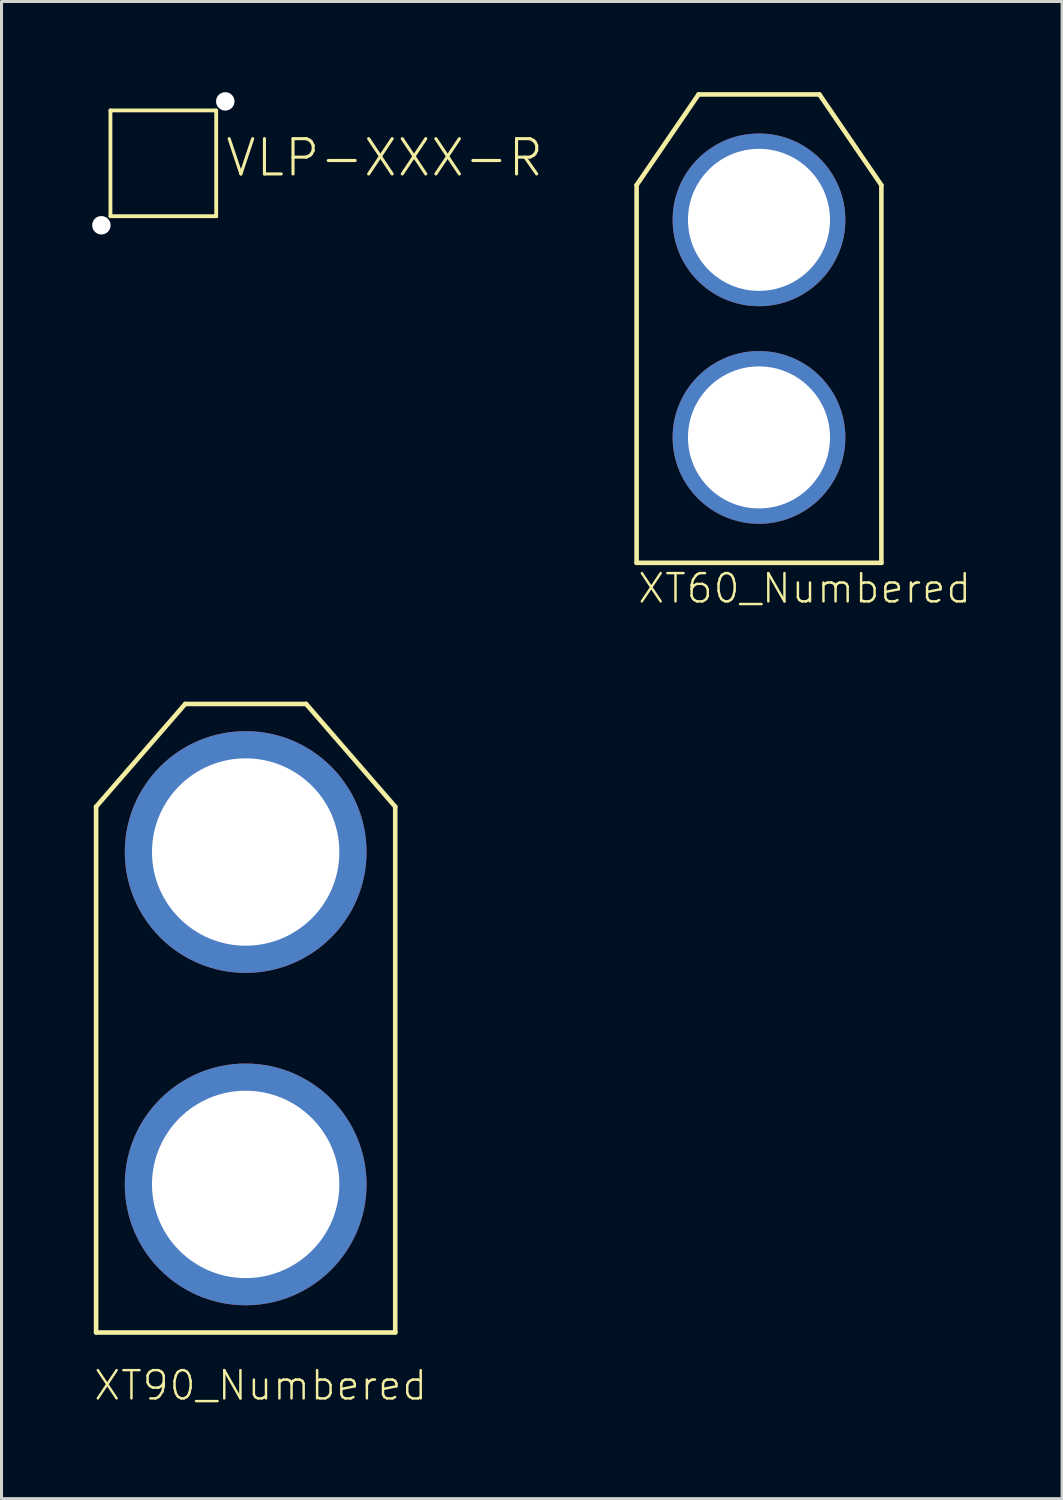
<source format=kicad_pcb>
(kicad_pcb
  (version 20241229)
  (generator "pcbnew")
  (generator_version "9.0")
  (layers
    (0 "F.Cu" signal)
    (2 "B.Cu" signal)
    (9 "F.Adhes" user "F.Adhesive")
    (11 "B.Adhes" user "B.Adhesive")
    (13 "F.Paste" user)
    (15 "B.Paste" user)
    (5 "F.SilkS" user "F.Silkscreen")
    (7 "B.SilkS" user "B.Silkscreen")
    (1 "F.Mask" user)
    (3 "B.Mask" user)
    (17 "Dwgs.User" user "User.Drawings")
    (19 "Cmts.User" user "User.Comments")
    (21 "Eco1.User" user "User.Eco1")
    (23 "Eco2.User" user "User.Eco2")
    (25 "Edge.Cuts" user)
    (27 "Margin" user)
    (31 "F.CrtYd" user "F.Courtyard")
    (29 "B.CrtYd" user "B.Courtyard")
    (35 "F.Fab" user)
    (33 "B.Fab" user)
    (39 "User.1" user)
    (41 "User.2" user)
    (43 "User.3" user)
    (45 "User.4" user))
  (footprint "XT90_Numbered"
    (layer "F.Cu")
    (at 5.08 30.647)
    (property "Reference" "XT90_Numbered" (at -5.08 12.7 0) (unlocked yes) (layer "F.SilkS") (effects (font (size 0.935 0.935) (thickness 0.081)) (justify left bottom)))
    (fp_line (start -4.95 -7) (end -4.95 10.4) (stroke (width 0.152) (type solid)) (layer "F.SilkS"))
    (fp_line (start -4.95 10.4) (end 4.95 10.4) (stroke (width 0.152) (type solid)) (layer "F.SilkS"))
    (fp_line (start -2 -10.4) (end -4.95 -7) (stroke (width 0.152) (type solid)) (layer "F.SilkS"))
    (fp_line (start 2 -10.4) (end -2 -10.4) (stroke (width 0.152) (type solid)) (layer "F.SilkS"))
    (fp_line (start 4.95 -7) (end 2 -10.4) (stroke (width 0.152) (type solid)) (layer "F.SilkS"))
    (fp_line (start 4.95 10.4) (end 4.95 -7) (stroke (width 0.152) (type solid)) (layer "F.SilkS"))
    (pad "1" thru_hole circle (at 0 -5.5) (size 8 8) (drill 6.2) (layers "*.Cu" "*.Mask"))
    (pad "2" thru_hole circle (at 0 5.5) (size 8 8) (drill 6.2) (layers "*.Cu" "*.Mask")))
  (footprint "XT60_Numbered"
    (layer "F.Cu")
    (at 22.068 7.826)
    (property "Reference" "XT60_Numbered" (at -4.064 9.144 0) (unlocked yes) (layer "F.SilkS") (effects (font (size 0.935 0.935) (thickness 0.081)) (justify left bottom)))
    (fp_line (start -4.05 -4.75) (end -2 -7.75) (stroke (width 0.152) (type solid)) (layer "F.SilkS"))
    (fp_line (start -4.05 7.75) (end -4.05 -4.75) (stroke (width 0.152) (type solid)) (layer "F.SilkS"))
    (fp_line (start -2 -7.75) (end 2 -7.75) (stroke (width 0.152) (type solid)) (layer "F.SilkS"))
    (fp_line (start 2 -7.75) (end 4.05 -4.75) (stroke (width 0.152) (type solid)) (layer "F.SilkS"))
    (fp_line (start 4.05 -4.75) (end 4.05 7.75) (stroke (width 0.152) (type solid)) (layer "F.SilkS"))
    (fp_line (start 4.05 7.75) (end -4.05 7.75) (stroke (width 0.152) (type solid)) (layer "F.SilkS"))
    (pad "1" thru_hole circle (at 0 -3.6) (size 5.716 5.716) (drill 4.7) (layers "*.Cu" "*.Mask"))
    (pad "2" thru_hole circle (at 0 3.6) (size 5.716 5.716) (drill 4.7) (layers "*.Cu" "*.Mask")))
  (footprint "VLP-XXX-R"
    (layer "F.Cu")
    (at 2.355 2.355)
    (property "Reference" "VLP-XXX-R" (at 2 0.5 0) (unlocked yes) (layer "F.SilkS") (effects (font (size 1.168 1.168) (thickness 0.102)) (justify left bottom)))
    (fp_line (start -1.75 -1.75) (end 1.75 -1.75) (stroke (width 0.127) (type solid)) (layer "F.SilkS"))
    (fp_line (start -1.75 1.75) (end -1.75 -1.75) (stroke (width 0.127) (type solid)) (layer "F.SilkS"))
    (fp_line (start 1.75 -1.75) (end 1.75 1.75) (stroke (width 0.127) (type solid)) (layer "F.SilkS"))
    (fp_line (start 1.75 1.75) (end -1.75 1.75) (stroke (width 0.127) (type solid)) (layer "F.SilkS"))
    (pad "" np_thru_hole circle (at -2.05 2.05) (size 0.61 0.61) (drill 0.61) (layers "*.Cu" "*.Mask"))
    (pad "" np_thru_hole circle (at 2.05 -2.05) (size 0.61 0.61) (drill 0.61) (layers "*.Cu" "*.Mask")))
  (gr_rect
    (start -3 -3)
    (end 32.099 46.547)
    (stroke (width 0.1) (type default))
    (fill no)
    (layer "Edge.Cuts")))
</source>
